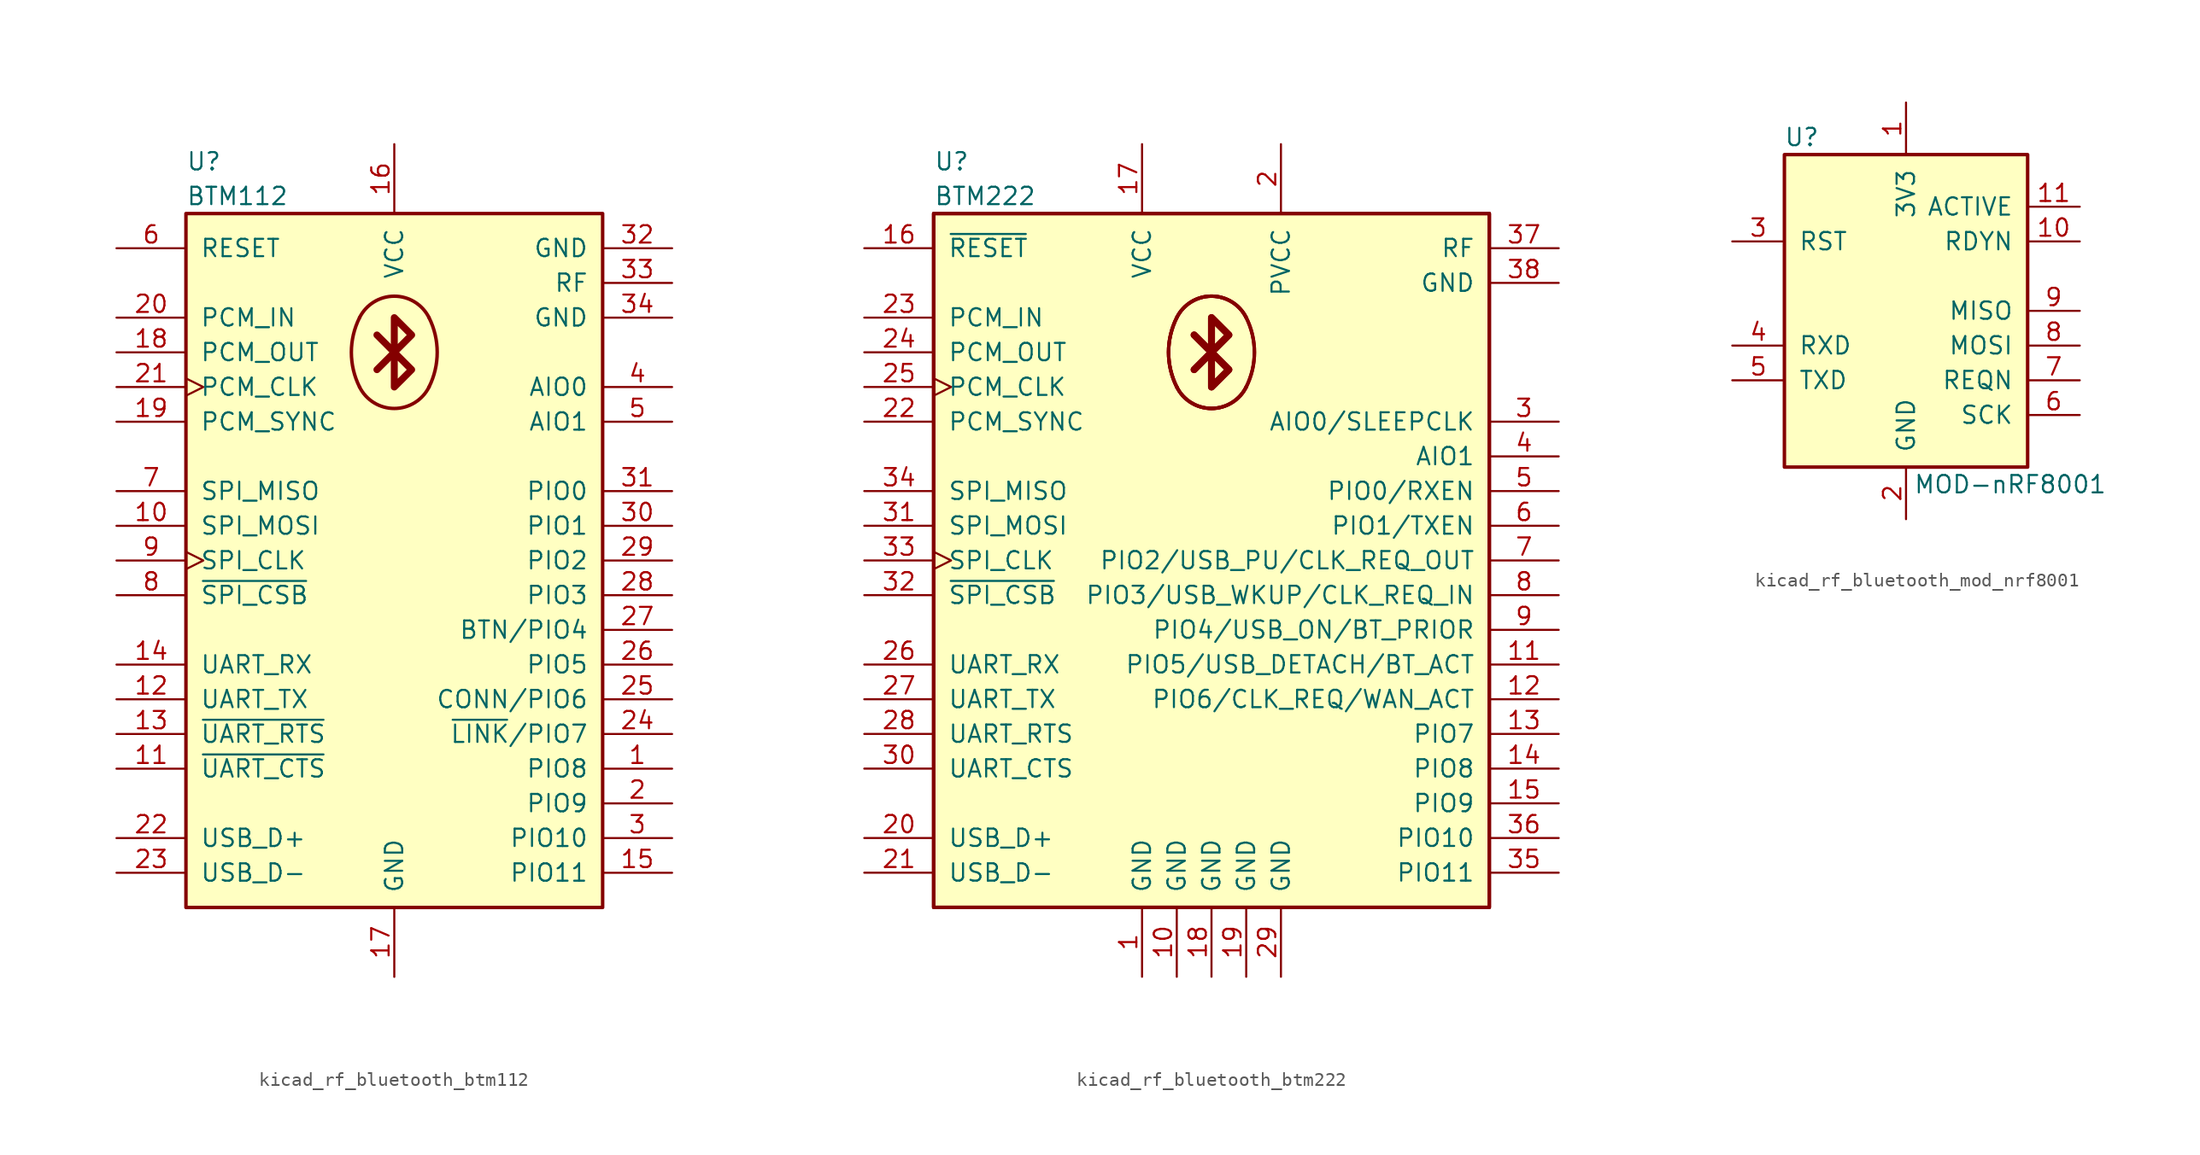
<source format=kicad_sym>
(kicad_symbol_lib
  (version 20220914)
  (generator kicad_symbol_editor)
  (symbol "kicad_rf_bluetooth_btm112"
    (pin_names
      (offset 1.016))
    (property "Reference" "U"
      (at -15.24 29.21 0)
      (effects (font (size 1.27 1.27)) (justify left)))
    (property "Value" "BTM112"
      (at -15.24 26.67 0)
      (effects (font (size 1.27 1.27)) (justify left)))
    (symbol "kicad_rf_bluetooth_btm112_0_1"
      (rectangle (start -15.24 25.4) (end 15.24 -25.4) (stroke (width 0.254) (type default)) (fill (type background)))
      (arc (start -2.54 12.7) (mid 0 11.1302) (end 2.54 12.7) (stroke (width 0.254) (type default)) (fill (type background)))
      (arc (start -2.54 17.78) (mid -3.1396 15.24) (end -2.54 12.7) (stroke (width 0.254) (type default)) (fill (type background)))
      (polyline (pts (xy 0 15.24) (xy -1.27 13.97)) (stroke (width 0.508) (type default)) (fill (type none)))
      (polyline (pts (xy 0 15.24) (xy -1.27 16.51)) (stroke (width 0.508) (type default)) (fill (type none)))
      (polyline (pts (xy 0 17.78) (xy 1.27 16.51) (xy 0 15.24) (xy 1.27 13.97) (xy 0 12.7) (xy 0 17.78)) (stroke (width 0.508) (type default)) (fill (type none)))
      (arc (start 2.54 12.7) (mid 3.1396 15.24) (end 2.54 17.78) (stroke (width 0.254) (type default)) (fill (type background)))
      (arc (start 2.54 17.78) (mid 0 19.3498) (end -2.54 17.78) (stroke (width 0.254) (type default)) (fill (type background))))
    (symbol "kicad_rf_bluetooth_btm112_1_1"
      (pin bidirectional line (at 20.32 -15.24 180) (length 5.08) (name "PIO8" (effects (font (size 1.27 1.27)))) (number "1" (effects (font (size 1.27 1.27)))))
      (pin input line (at -20.32 2.54 0) (length 5.08) (name "SPI_MOSI" (effects (font (size 1.27 1.27)))) (number "10" (effects (font (size 1.27 1.27)))))
      (pin input line (at -20.32 -15.24 0) (length 5.08) (name "~{UART_CTS}" (effects (font (size 1.27 1.27)))) (number "11" (effects (font (size 1.27 1.27)))))
      (pin output line (at -20.32 -10.16 0) (length 5.08) (name "UART_TX" (effects (font (size 1.27 1.27)))) (number "12" (effects (font (size 1.27 1.27)))))
      (pin output line (at -20.32 -12.7 0) (length 5.08) (name "~{UART_RTS}" (effects (font (size 1.27 1.27)))) (number "13" (effects (font (size 1.27 1.27)))))
      (pin input line (at -20.32 -7.62 0) (length 5.08) (name "UART_RX" (effects (font (size 1.27 1.27)))) (number "14" (effects (font (size 1.27 1.27)))))
      (pin bidirectional line (at 20.32 -22.86 180) (length 5.08) (name "PIO11" (effects (font (size 1.27 1.27)))) (number "15" (effects (font (size 1.27 1.27)))))
      (pin power_in line (at 0 30.48 270) (length 5.08) (name "VCC" (effects (font (size 1.27 1.27)))) (number "16" (effects (font (size 1.27 1.27)))))
      (pin power_in line (at 0 -30.48 90) (length 5.08) (name "GND" (effects (font (size 1.27 1.27)))) (number "17" (effects (font (size 1.27 1.27)))))
      (pin output line (at -20.32 15.24 0) (length 5.08) (name "PCM_OUT" (effects (font (size 1.27 1.27)))) (number "18" (effects (font (size 1.27 1.27)))))
      (pin bidirectional line (at -20.32 10.16 0) (length 5.08) (name "PCM_SYNC" (effects (font (size 1.27 1.27)))) (number "19" (effects (font (size 1.27 1.27)))))
      (pin bidirectional line (at 20.32 -17.78 180) (length 5.08) (name "PIO9" (effects (font (size 1.27 1.27)))) (number "2" (effects (font (size 1.27 1.27)))))
      (pin input line (at -20.32 17.78 0) (length 5.08) (name "PCM_IN" (effects (font (size 1.27 1.27)))) (number "20" (effects (font (size 1.27 1.27)))))
      (pin bidirectional clock (at -20.32 12.7 0) (length 5.08) (name "PCM_CLK" (effects (font (size 1.27 1.27)))) (number "21" (effects (font (size 1.27 1.27)))))
      (pin bidirectional line (at -20.32 -20.32 0) (length 5.08) (name "USB_D+" (effects (font (size 1.27 1.27)))) (number "22" (effects (font (size 1.27 1.27)))))
      (pin bidirectional line (at -20.32 -22.86 0) (length 5.08) (name "USB_D-" (effects (font (size 1.27 1.27)))) (number "23" (effects (font (size 1.27 1.27)))))
      (pin bidirectional line (at 20.32 -12.7 180) (length 5.08) (name "~{LINK}/PIO7" (effects (font (size 1.27 1.27)))) (number "24" (effects (font (size 1.27 1.27)))))
      (pin bidirectional line (at 20.32 -10.16 180) (length 5.08) (name "CONN/PIO6" (effects (font (size 1.27 1.27)))) (number "25" (effects (font (size 1.27 1.27)))))
      (pin bidirectional line (at 20.32 -7.62 180) (length 5.08) (name "PIO5" (effects (font (size 1.27 1.27)))) (number "26" (effects (font (size 1.27 1.27)))))
      (pin bidirectional line (at 20.32 -5.08 180) (length 5.08) (name "BTN/PIO4" (effects (font (size 1.27 1.27)))) (number "27" (effects (font (size 1.27 1.27)))))
      (pin bidirectional line (at 20.32 -2.54 180) (length 5.08) (name "PIO3" (effects (font (size 1.27 1.27)))) (number "28" (effects (font (size 1.27 1.27)))))
      (pin bidirectional line (at 20.32 0 180) (length 5.08) (name "PIO2" (effects (font (size 1.27 1.27)))) (number "29" (effects (font (size 1.27 1.27)))))
      (pin bidirectional line (at 20.32 -20.32 180) (length 5.08) (name "PIO10" (effects (font (size 1.27 1.27)))) (number "3" (effects (font (size 1.27 1.27)))))
      (pin bidirectional line (at 20.32 2.54 180) (length 5.08) (name "PIO1" (effects (font (size 1.27 1.27)))) (number "30" (effects (font (size 1.27 1.27)))))
      (pin bidirectional line (at 20.32 5.08 180) (length 5.08) (name "PIO0" (effects (font (size 1.27 1.27)))) (number "31" (effects (font (size 1.27 1.27)))))
      (pin power_in line (at 20.32 22.86 180) (length 5.08) (name "GND" (effects (font (size 1.27 1.27)))) (number "32" (effects (font (size 1.27 1.27)))))
      (pin passive line (at 20.32 20.32 180) (length 5.08) (name "RF" (effects (font (size 1.27 1.27)))) (number "33" (effects (font (size 1.27 1.27)))))
      (pin power_in line (at 20.32 17.78 180) (length 5.08) (name "GND" (effects (font (size 1.27 1.27)))) (number "34" (effects (font (size 1.27 1.27)))))
      (pin passive line (at 20.32 12.7 180) (length 5.08) (name "AIO0" (effects (font (size 1.27 1.27)))) (number "4" (effects (font (size 1.27 1.27)))))
      (pin passive line (at 20.32 10.16 180) (length 5.08) (name "AIO1" (effects (font (size 1.27 1.27)))) (number "5" (effects (font (size 1.27 1.27)))))
      (pin input line (at -20.32 22.86 0) (length 5.08) (name "RESET" (effects (font (size 1.27 1.27)))) (number "6" (effects (font (size 1.27 1.27)))))
      (pin output line (at -20.32 5.08 0) (length 5.08) (name "SPI_MISO" (effects (font (size 1.27 1.27)))) (number "7" (effects (font (size 1.27 1.27)))))
      (pin input line (at -20.32 -2.54 0) (length 5.08) (name "~{SPI_CSB}" (effects (font (size 1.27 1.27)))) (number "8" (effects (font (size 1.27 1.27)))))
      (pin input clock (at -20.32 0 0) (length 5.08) (name "SPI_CLK" (effects (font (size 1.27 1.27)))) (number "9" (effects (font (size 1.27 1.27)))))))
  (symbol "kicad_rf_bluetooth_btm222"
    (pin_names
      (offset 1.016))
    (property "Reference" "U"
      (at -20.32 29.21 0)
      (effects (font (size 1.27 1.27)) (justify left)))
    (property "Value" "BTM222"
      (at -20.32 26.67 0)
      (effects (font (size 1.27 1.27)) (justify left)))
    (symbol "kicad_rf_bluetooth_btm222_0_1"
      (rectangle (start -20.32 25.4) (end 20.32 -25.4) (stroke (width 0.254) (type default)) (fill (type background)))
      (rectangle (start -20.32 25.4) (end 20.32 -25.4) (stroke (width 0.254) (type default)) (fill (type background)))
      (rectangle (start -20.32 25.4) (end 20.32 -25.4) (stroke (width 0.254) (type default)) (fill (type background)))
      (arc (start -2.54 12.7) (mid 0 11.1302) (end 2.54 12.7) (stroke (width 0.254) (type default)) (fill (type background)))
      (arc (start -2.54 12.7) (mid 0 11.1302) (end 2.54 12.7) (stroke (width 0.254) (type default)) (fill (type background)))
      (arc (start -2.54 12.7) (mid 0 11.1302) (end 2.54 12.7) (stroke (width 0.254) (type default)) (fill (type background)))
      (arc (start -2.54 17.78) (mid -3.1396 15.24) (end -2.54 12.7) (stroke (width 0.254) (type default)) (fill (type background)))
      (arc (start -2.54 17.78) (mid -3.1396 15.24) (end -2.54 12.7) (stroke (width 0.254) (type default)) (fill (type background)))
      (arc (start -2.54 17.78) (mid -3.1396 15.24) (end -2.54 12.7) (stroke (width 0.254) (type default)) (fill (type background)))
      (polyline (pts (xy 0 15.24) (xy -1.27 13.97)) (stroke (width 0.508) (type default)) (fill (type none)))
      (polyline (pts (xy 0 15.24) (xy -1.27 13.97)) (stroke (width 0.508) (type default)) (fill (type none)))
      (polyline (pts (xy 0 15.24) (xy -1.27 16.51)) (stroke (width 0.508) (type default)) (fill (type none)))
      (polyline (pts (xy 0 15.24) (xy -1.27 16.51)) (stroke (width 0.508) (type default)) (fill (type none)))
      (polyline (pts (xy 0 17.78) (xy 1.27 16.51) (xy 0 15.24) (xy 1.27 13.97) (xy 0 12.7) (xy 0 17.78)) (stroke (width 0.508) (type default)) (fill (type none)))
      (polyline (pts (xy 0 17.78) (xy 1.27 16.51) (xy 0 15.24) (xy 1.27 13.97) (xy 0 12.7) (xy 0 17.78)) (stroke (width 0.508) (type default)) (fill (type none)))
      (arc (start 2.54 12.7) (mid 3.1396 15.24) (end 2.54 17.78) (stroke (width 0.254) (type default)) (fill (type background)))
      (arc (start 2.54 12.7) (mid 3.1396 15.24) (end 2.54 17.78) (stroke (width 0.254) (type default)) (fill (type background)))
      (arc (start 2.54 17.78) (mid 0 19.3498) (end -2.54 17.78) (stroke (width 0.254) (type default)) (fill (type background)))
      (arc (start 2.54 17.78) (mid 0 19.3498) (end -2.54 17.78) (stroke (width 0.254) (type default)) (fill (type background)))
      (arc (start 2.54 17.78) (mid 0 19.3498) (end -2.54 17.78) (stroke (width 0.254) (type default)) (fill (type background))))
    (symbol "kicad_rf_bluetooth_btm222_1_1"
      (pin power_in line (at -5.08 -30.48 90) (length 5.08) (name "GND" (effects (font (size 1.27 1.27)))) (number "1" (effects (font (size 1.27 1.27)))))
      (pin power_in line (at -2.54 -30.48 90) (length 5.08) (name "GND" (effects (font (size 1.27 1.27)))) (number "10" (effects (font (size 1.27 1.27)))))
      (pin bidirectional line (at 25.4 -7.62 180) (length 5.08) (name "PIO5/USB_DETACH/BT_ACT" (effects (font (size 1.27 1.27)))) (number "11" (effects (font (size 1.27 1.27)))))
      (pin bidirectional line (at 25.4 -10.16 180) (length 5.08) (name "PIO6/CLK_REQ/WAN_ACT" (effects (font (size 1.27 1.27)))) (number "12" (effects (font (size 1.27 1.27)))))
      (pin bidirectional line (at 25.4 -12.7 180) (length 5.08) (name "PIO7" (effects (font (size 1.27 1.27)))) (number "13" (effects (font (size 1.27 1.27)))))
      (pin bidirectional line (at 25.4 -15.24 180) (length 5.08) (name "PIO8" (effects (font (size 1.27 1.27)))) (number "14" (effects (font (size 1.27 1.27)))))
      (pin bidirectional line (at 25.4 -17.78 180) (length 5.08) (name "PIO9" (effects (font (size 1.27 1.27)))) (number "15" (effects (font (size 1.27 1.27)))))
      (pin input line (at -25.4 22.86 0) (length 5.08) (name "~{RESET}" (effects (font (size 1.27 1.27)))) (number "16" (effects (font (size 1.27 1.27)))))
      (pin power_in line (at -5.08 30.48 270) (length 5.08) (name "VCC" (effects (font (size 1.27 1.27)))) (number "17" (effects (font (size 1.27 1.27)))))
      (pin power_in line (at 0 -30.48 90) (length 5.08) (name "GND" (effects (font (size 1.27 1.27)))) (number "18" (effects (font (size 1.27 1.27)))))
      (pin power_in line (at 2.54 -30.48 90) (length 5.08) (name "GND" (effects (font (size 1.27 1.27)))) (number "19" (effects (font (size 1.27 1.27)))))
      (pin power_in line (at 5.08 30.48 270) (length 5.08) (name "PVCC" (effects (font (size 1.27 1.27)))) (number "2" (effects (font (size 1.27 1.27)))))
      (pin bidirectional line (at -25.4 -20.32 0) (length 5.08) (name "USB_D+" (effects (font (size 1.27 1.27)))) (number "20" (effects (font (size 1.27 1.27)))))
      (pin bidirectional line (at -25.4 -22.86 0) (length 5.08) (name "USB_D-" (effects (font (size 1.27 1.27)))) (number "21" (effects (font (size 1.27 1.27)))))
      (pin bidirectional line (at -25.4 10.16 0) (length 5.08) (name "PCM_SYNC" (effects (font (size 1.27 1.27)))) (number "22" (effects (font (size 1.27 1.27)))))
      (pin input line (at -25.4 17.78 0) (length 5.08) (name "PCM_IN" (effects (font (size 1.27 1.27)))) (number "23" (effects (font (size 1.27 1.27)))))
      (pin output line (at -25.4 15.24 0) (length 5.08) (name "PCM_OUT" (effects (font (size 1.27 1.27)))) (number "24" (effects (font (size 1.27 1.27)))))
      (pin bidirectional clock (at -25.4 12.7 0) (length 5.08) (name "PCM_CLK" (effects (font (size 1.27 1.27)))) (number "25" (effects (font (size 1.27 1.27)))))
      (pin input line (at -25.4 -7.62 0) (length 5.08) (name "UART_RX" (effects (font (size 1.27 1.27)))) (number "26" (effects (font (size 1.27 1.27)))))
      (pin output line (at -25.4 -10.16 0) (length 5.08) (name "UART_TX" (effects (font (size 1.27 1.27)))) (number "27" (effects (font (size 1.27 1.27)))))
      (pin output line (at -25.4 -12.7 0) (length 5.08) (name "UART_RTS" (effects (font (size 1.27 1.27)))) (number "28" (effects (font (size 1.27 1.27)))))
      (pin power_in line (at 5.08 -30.48 90) (length 5.08) (name "GND" (effects (font (size 1.27 1.27)))) (number "29" (effects (font (size 1.27 1.27)))))
      (pin bidirectional line (at 25.4 10.16 180) (length 5.08) (name "AIO0/SLEEPCLK" (effects (font (size 1.27 1.27)))) (number "3" (effects (font (size 1.27 1.27)))))
      (pin input line (at -25.4 -15.24 0) (length 5.08) (name "UART_CTS" (effects (font (size 1.27 1.27)))) (number "30" (effects (font (size 1.27 1.27)))))
      (pin input line (at -25.4 2.54 0) (length 5.08) (name "SPI_MOSI" (effects (font (size 1.27 1.27)))) (number "31" (effects (font (size 1.27 1.27)))))
      (pin input line (at -25.4 -2.54 0) (length 5.08) (name "~{SPI_CSB}" (effects (font (size 1.27 1.27)))) (number "32" (effects (font (size 1.27 1.27)))))
      (pin input clock (at -25.4 0 0) (length 5.08) (name "SPI_CLK" (effects (font (size 1.27 1.27)))) (number "33" (effects (font (size 1.27 1.27)))))
      (pin output line (at -25.4 5.08 0) (length 5.08) (name "SPI_MISO" (effects (font (size 1.27 1.27)))) (number "34" (effects (font (size 1.27 1.27)))))
      (pin bidirectional line (at 25.4 -22.86 180) (length 5.08) (name "PIO11" (effects (font (size 1.27 1.27)))) (number "35" (effects (font (size 1.27 1.27)))))
      (pin bidirectional line (at 25.4 -20.32 180) (length 5.08) (name "PIO10" (effects (font (size 1.27 1.27)))) (number "36" (effects (font (size 1.27 1.27)))))
      (pin passive line (at 25.4 22.86 180) (length 5.08) (name "RF" (effects (font (size 1.27 1.27)))) (number "37" (effects (font (size 1.27 1.27)))))
      (pin power_in line (at 25.4 20.32 180) (length 5.08) (name "GND" (effects (font (size 1.27 1.27)))) (number "38" (effects (font (size 1.27 1.27)))))
      (pin bidirectional line (at 25.4 7.62 180) (length 5.08) (name "AIO1" (effects (font (size 1.27 1.27)))) (number "4" (effects (font (size 1.27 1.27)))))
      (pin bidirectional line (at 25.4 5.08 180) (length 5.08) (name "PIO0/RXEN" (effects (font (size 1.27 1.27)))) (number "5" (effects (font (size 1.27 1.27)))))
      (pin bidirectional line (at 25.4 2.54 180) (length 5.08) (name "PIO1/TXEN" (effects (font (size 1.27 1.27)))) (number "6" (effects (font (size 1.27 1.27)))))
      (pin bidirectional line (at 25.4 0 180) (length 5.08) (name "PIO2/USB_PU/CLK_REQ_OUT" (effects (font (size 1.27 1.27)))) (number "7" (effects (font (size 1.27 1.27)))))
      (pin bidirectional line (at 25.4 -2.54 180) (length 5.08) (name "PIO3/USB_WKUP/CLK_REQ_IN" (effects (font (size 1.27 1.27)))) (number "8" (effects (font (size 1.27 1.27)))))
      (pin bidirectional line (at 25.4 -5.08 180) (length 5.08) (name "PIO4/USB_ON/BT_PRIOR" (effects (font (size 1.27 1.27)))) (number "9" (effects (font (size 1.27 1.27)))))))
  (symbol "kicad_rf_bluetooth_mod_nrf8001"
    (pin_names
      (offset 1.016))
    (property "Reference" "U"
      (at -7.62 12.7 0)
      (effects (font (size 1.27 1.27))))
    (property "Value" "MOD-nRF8001"
      (at 7.62 -12.7 0)
      (effects (font (size 1.27 1.27))))
    (symbol "kicad_rf_bluetooth_mod_nrf8001_0_1"
      (rectangle (start -8.89 11.43) (end 8.89 -11.43) (stroke (width 0.254) (type default)) (fill (type background))))
    (symbol "kicad_rf_bluetooth_mod_nrf8001_1_1"
      (pin power_in line (at 0 15.24 270) (length 3.81) (name "3V3" (effects (font (size 1.27 1.27)))) (number "1" (effects (font (size 1.27 1.27)))))
      (pin output line (at 12.7 5.08 180) (length 3.81) (name "RDYN" (effects (font (size 1.27 1.27)))) (number "10" (effects (font (size 1.27 1.27)))))
      (pin output line (at 12.7 7.62 180) (length 3.81) (name "ACTIVE" (effects (font (size 1.27 1.27)))) (number "11" (effects (font (size 1.27 1.27)))))
      (pin power_in line (at 0 -15.24 90) (length 3.81) (name "GND" (effects (font (size 1.27 1.27)))) (number "2" (effects (font (size 1.27 1.27)))))
      (pin input line (at -12.7 5.08 0) (length 3.81) (name "RST" (effects (font (size 1.27 1.27)))) (number "3" (effects (font (size 1.27 1.27)))))
      (pin input line (at -12.7 -2.54 0) (length 3.81) (name "RXD" (effects (font (size 1.27 1.27)))) (number "4" (effects (font (size 1.27 1.27)))))
      (pin output line (at -12.7 -5.08 0) (length 3.81) (name "TXD" (effects (font (size 1.27 1.27)))) (number "5" (effects (font (size 1.27 1.27)))))
      (pin input line (at 12.7 -7.62 180) (length 3.81) (name "SCK" (effects (font (size 1.27 1.27)))) (number "6" (effects (font (size 1.27 1.27)))))
      (pin input line (at 12.7 -5.08 180) (length 3.81) (name "REQN" (effects (font (size 1.27 1.27)))) (number "7" (effects (font (size 1.27 1.27)))))
      (pin input line (at 12.7 -2.54 180) (length 3.81) (name "MOSI" (effects (font (size 1.27 1.27)))) (number "8" (effects (font (size 1.27 1.27)))))
      (pin output line (at 12.7 0 180) (length 3.81) (name "MISO" (effects (font (size 1.27 1.27)))) (number "9" (effects (font (size 1.27 1.27))))))))
</source>
